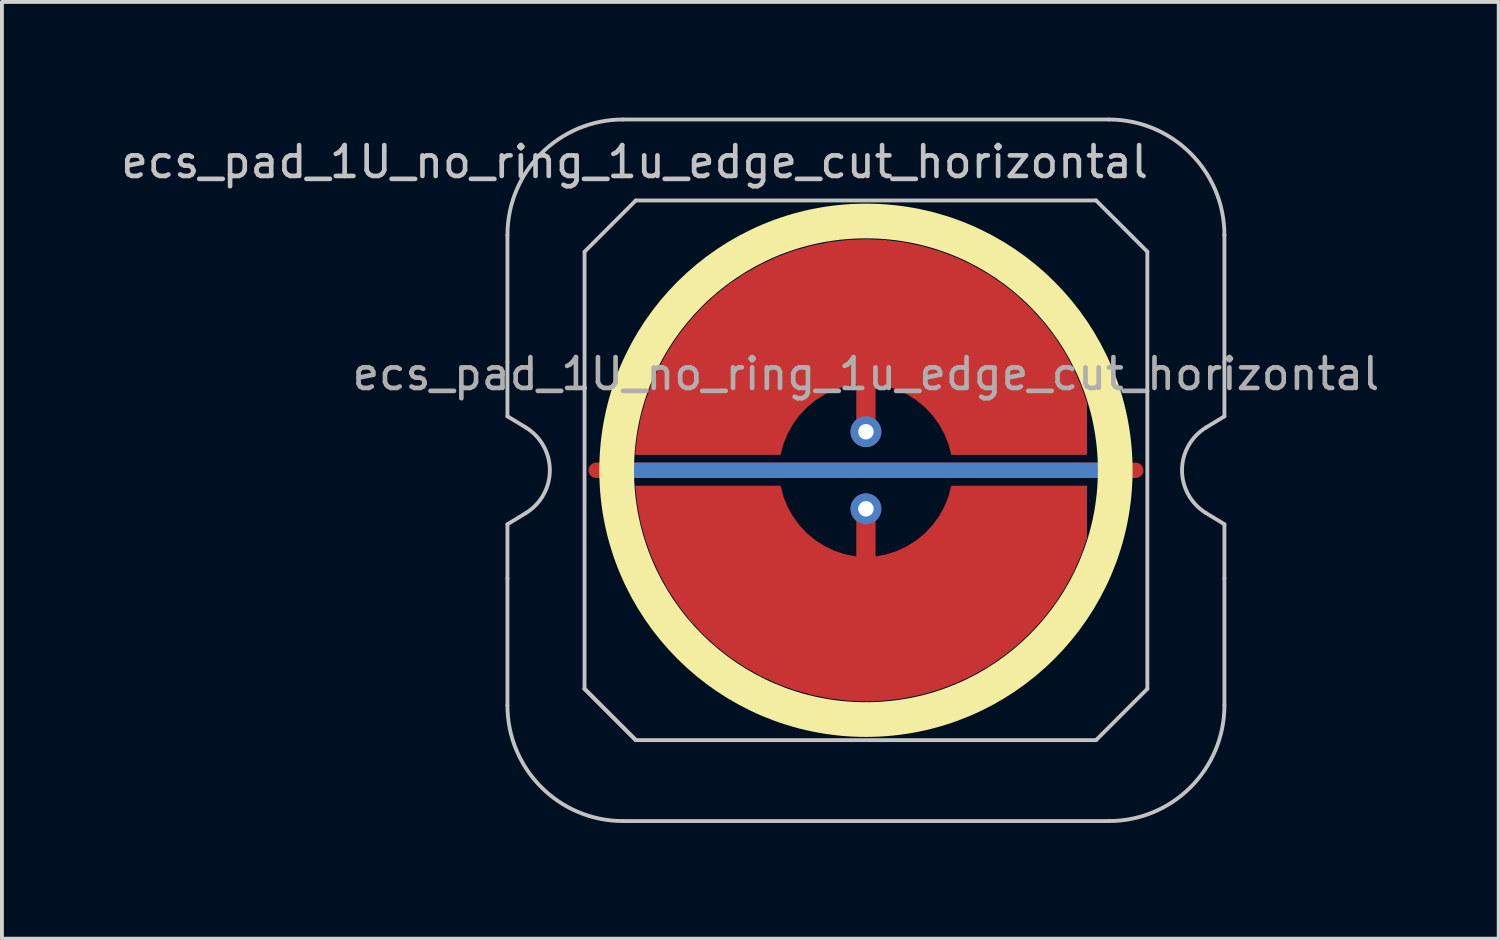
<source format=kicad_pcb>
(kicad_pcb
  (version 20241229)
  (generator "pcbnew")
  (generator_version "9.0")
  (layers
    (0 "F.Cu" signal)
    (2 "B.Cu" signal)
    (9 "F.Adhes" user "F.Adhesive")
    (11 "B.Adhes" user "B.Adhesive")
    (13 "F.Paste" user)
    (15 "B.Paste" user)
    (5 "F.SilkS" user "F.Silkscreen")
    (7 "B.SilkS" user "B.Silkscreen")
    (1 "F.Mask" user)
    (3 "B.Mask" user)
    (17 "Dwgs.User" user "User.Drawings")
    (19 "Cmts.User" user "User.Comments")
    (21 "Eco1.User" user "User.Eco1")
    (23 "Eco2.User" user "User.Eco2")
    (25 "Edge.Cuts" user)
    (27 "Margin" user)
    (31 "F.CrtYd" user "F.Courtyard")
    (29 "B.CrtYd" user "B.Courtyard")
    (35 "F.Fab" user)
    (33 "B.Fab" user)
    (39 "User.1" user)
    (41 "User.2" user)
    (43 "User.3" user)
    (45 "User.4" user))
  (footprint "ecs_pad_1U_no_ring_1u_edge_cut_horizontal"
    (layer "F.Cu")
    (at 19.414 9.15)
    (property "Reference" "ecs_pad_1U_no_ring_1u_edge_cut_horizontal" (at -6 -8 0) (layer "Dwgs.User") (effects (font (size 0.8 0.8) (thickness 0.12))))
    (attr smd)
    (fp_circle (center 0 0) (end 6.467 0) (stroke (width 0.9) (type solid)) (fill no) (layer "F.SilkS"))
    (fp_line (start -9.3 -2.805) (end -9.3 -6.1) (stroke (width 0.1) (type solid)) (layer "Dwgs.User"))
    (fp_line (start -9.3 -1.4) (end -9.3 -2.805) (stroke (width 0.1) (type solid)) (layer "Dwgs.User"))
    (fp_line (start -9.3 1.4) (end -8.824 1.111) (stroke (width 0.1) (type solid)) (layer "Dwgs.User"))
    (fp_line (start -9.3 2.805) (end -9.3 1.4) (stroke (width 0.1) (type solid)) (layer "Dwgs.User"))
    (fp_line (start -9.3 6.1) (end -9.3 2.805) (stroke (width 0.1) (type solid)) (layer "Dwgs.User"))
    (fp_line (start -8.824 -1.111) (end -9.3 -1.4) (stroke (width 0.1) (type solid)) (layer "Dwgs.User"))
    (fp_line (start -7.3 -5.67) (end -5.97 -7) (stroke (width 0.1) (type solid)) (layer "Dwgs.User"))
    (fp_line (start -7.3 5.67) (end -7.3 -5.67) (stroke (width 0.1) (type solid)) (layer "Dwgs.User"))
    (fp_line (start -7.3 5.67) (end -5.97 7) (stroke (width 0.1) (type solid)) (layer "Dwgs.User"))
    (fp_line (start -6.3 -9.1) (end 6.3 -9.1) (stroke (width 0.1) (type solid)) (layer "Dwgs.User"))
    (fp_line (start -5.97 -7) (end 5.97 -7) (stroke (width 0.1) (type solid)) (layer "Dwgs.User"))
    (fp_line (start -5.97 7) (end -7.3 5.67) (stroke (width 0.1) (type solid)) (layer "Dwgs.User"))
    (fp_line (start 5.97 -7) (end 7.3 -5.67) (stroke (width 0.1) (type solid)) (layer "Dwgs.User"))
    (fp_line (start 5.97 7) (end -5.97 7) (stroke (width 0.1) (type solid)) (layer "Dwgs.User"))
    (fp_line (start 6.3 9.1) (end -6.3 9.1) (stroke (width 0.1) (type solid)) (layer "Dwgs.User"))
    (fp_line (start 7.3 -5.67) (end 7.3 5.67) (stroke (width 0.1) (type solid)) (layer "Dwgs.User"))
    (fp_line (start 7.3 5.67) (end 5.97 7) (stroke (width 0.1) (type solid)) (layer "Dwgs.User"))
    (fp_line (start 8.824 1.111) (end 9.3 1.4) (stroke (width 0.1) (type solid)) (layer "Dwgs.User"))
    (fp_line (start 9.3 -6.1) (end 9.3 -2.805) (stroke (width 0.1) (type solid)) (layer "Dwgs.User"))
    (fp_line (start 9.3 -2.805) (end 9.3 -1.4) (stroke (width 0.1) (type solid)) (layer "Dwgs.User"))
    (fp_line (start 9.3 -1.4) (end 8.824 -1.111) (stroke (width 0.1) (type solid)) (layer "Dwgs.User"))
    (fp_line (start 9.3 1.4) (end 9.3 2.805) (stroke (width 0.1) (type solid)) (layer "Dwgs.User"))
    (fp_line (start 9.3 2.805) (end 9.3 6.1) (stroke (width 0.1) (type solid)) (layer "Dwgs.User"))
    (fp_arc (start -9.3 -6.1) (mid -8.42132 -8.22132) (end -6.3 -9.1) (stroke (width 0.1) (type solid)) (layer "Dwgs.User"))
    (fp_arc (start -8.824333 -1.110619) (mid -8.2 0) (end -8.824333 1.110619) (stroke (width 0.1) (type solid)) (layer "Dwgs.User"))
    (fp_arc (start -6.3 9.1) (mid -8.42132 8.22132) (end -9.3 6.1) (stroke (width 0.1) (type solid)) (layer "Dwgs.User"))
    (fp_arc (start 6.3 -9.1) (mid 8.42132 -8.22132) (end 9.3 -6.1) (stroke (width 0.1) (type solid)) (layer "Dwgs.User"))
    (fp_arc (start 8.824333 1.110619) (mid 8.2 0) (end 8.824333 -1.110619) (stroke (width 0.1) (type solid)) (layer "Dwgs.User"))
    (fp_arc (start 9.3 6.1) (mid 8.42132 8.22132) (end 6.3 9.1) (stroke (width 0.1) (type solid)) (layer "Dwgs.User"))
    (fp_text user "${REFERENCE}" (at 0 -2.5 0) (layer "F.Fab") (effects (font (size 0.8 0.8) (thickness 0.12))))
    (pad "1" smd custom (at 0 -1 270) (size 0.142 0.142) (layers "F.Cu") (options (anchor circle)) (primitives (gr_poly (pts (xy 0.323 -2.141) (xy 0.056 -2.034) (xy -0.194 -1.894) (xy -0.426 -1.725) (xy -0.635 -1.528) (xy -0.817 -1.307) (xy -0.971 -1.064) (xy -1.093 -0.805) (xy -1.182 -0.532) (xy -1.236 -0.25) (xy 0 -0.25) (xy 0.096 -0.231) (xy 0.177 -0.177) (xy 0.231 -0.096) (xy 0.25 0) (xy 0.231 0.096) (xy 0.177 0.177) (xy 0.096 0.231) (xy 0 0.25) (xy -1.236 0.25) (xy -1.182 0.532) (xy -1.093 0.805) (xy -0.971 1.064) (xy -0.817 1.307) (xy -0.635 1.528) (xy -0.426 1.725) (xy -0.194 1.894) (xy 0.056 2.034) (xy 0.323 2.141) (xy 0.6 2.214) (xy 0.6 5.986) (xy 0.127 5.935) (xy -0.341 5.847) (xy -0.8 5.722) (xy -1.248 5.561) (xy -1.681 5.365) (xy -2.098 5.135) (xy -2.495 4.873) (xy -2.87 4.581) (xy -3.221 4.259) (xy -3.545 3.911) (xy -3.841 3.538) (xy -4.106 3.143) (xy -4.339 2.728) (xy -4.538 2.296) (xy -4.703 1.849) (xy -4.831 1.391) (xy -4.923 0.924) (xy -4.978 0.452) (xy -4.995 -0.024) (xy -4.974 -0.499) (xy -4.916 -0.971) (xy -4.82 -1.437) (xy -4.688 -1.895) (xy -4.52 -2.34) (xy -4.317 -2.77) (xy -4.081 -3.183) (xy -3.813 -3.576) (xy -3.514 -3.947) (xy -3.187 -4.292) (xy -2.834 -4.611) (xy -2.456 -4.901) (xy -2.057 -5.16) (xy -1.639 -5.386) (xy -1.203 -5.579) (xy -0.754 -5.736) (xy 0.6 -5.736) (xy 0.6 -2.214)) (width 0) (fill yes))))
    (pad "1" thru_hole circle (at 0 -1 270) (size 0.8 0.8) (drill 0.4) (layers "*.Cu"))
    (pad "2" smd custom (at 0 1 270) (size 0.142 0.142) (layers "F.Cu") (options (anchor circle)) (primitives (gr_poly (pts (xy -0.323 -2.141) (xy -0.056 -2.034) (xy 0.194 -1.894) (xy 0.426 -1.725) (xy 0.635 -1.528) (xy 0.817 -1.307) (xy 0.971 -1.064) (xy 1.093 -0.805) (xy 1.182 -0.532) (xy 1.236 -0.25) (xy 0 -0.25) (xy -0.096 -0.231) (xy -0.177 -0.177) (xy -0.231 -0.096) (xy -0.25 0) (xy -0.231 0.096) (xy -0.177 0.177) (xy -0.096 0.231) (xy 0 0.25) (xy 1.236 0.25) (xy 1.182 0.532) (xy 1.093 0.805) (xy 0.971 1.064) (xy 0.817 1.307) (xy 0.635 1.528) (xy 0.426 1.725) (xy 0.194 1.894) (xy -0.056 2.034) (xy -0.323 2.141) (xy -0.6 2.214) (xy -0.6 5.986) (xy -0.127 5.935) (xy 0.341 5.847) (xy 0.8 5.722) (xy 1.248 5.561) (xy 1.681 5.365) (xy 2.098 5.135) (xy 2.495 4.873) (xy 2.87 4.581) (xy 3.221 4.259) (xy 3.545 3.911) (xy 3.841 3.538) (xy 4.106 3.143) (xy 4.339 2.728) (xy 4.538 2.296) (xy 4.703 1.849) (xy 4.831 1.391) (xy 4.923 0.924) (xy 4.978 0.452) (xy 4.995 -0.024) (xy 4.974 -0.499) (xy 4.916 -0.971) (xy 4.82 -1.437) (xy 4.688 -1.895) (xy 4.52 -2.34) (xy 4.317 -2.77) (xy 4.081 -3.183) (xy 3.813 -3.576) (xy 3.514 -3.947) (xy 3.187 -4.292) (xy 2.834 -4.611) (xy 2.456 -4.901) (xy 2.057 -5.16) (xy 1.639 -5.386) (xy 1.203 -5.579) (xy 0.754 -5.736) (xy -0.6 -5.736) (xy -0.6 -2.214)) (width 0) (fill yes))))
    (pad "2" thru_hole circle (at 0 1 270) (size 0.8 0.8) (drill 0.4) (layers "*.Cu"))
    (pad "3" smd custom (at 0 0 270) (size 0.4 0.4) (layers "F.Cu") (options (anchor rect)) (primitives (gr_line (start 0 -7) (end 0 7) (width 0.4))))
    (pad "3" smd custom (at 0 0 270) (size 0.4 0.4) (layers "B.Cu") (options (anchor rect)) (primitives (gr_line (start 0 -6.5) (end 0 6.5) (width 0.4))))
    (zone (net_name "") (layer "F.Cu") (hatch edge 0.508) (connect_pads) (min_thickness 0.254) (filled_areas_thickness no) (keepout (tracks allowed) (vias allowed) (pads allowed) (copperpour not_allowed) (footprints allowed)) (placement (enabled no)) (fill) (polygon (pts (xy 26.419 9.15) (xy 26.4 8.637) (xy 26.344 8.127) (xy 26.25 7.622) (xy 26.12 7.125) (xy 25.954 6.64) (xy 25.753 6.167) (xy 25.517 5.711) (xy 25.249 5.274) (xy 24.949 4.857) (xy 24.62 4.463) (xy 24.263 4.094) (xy 23.879 3.753) (xy 23.472 3.44) (xy 23.043 3.158) (xy 22.594 2.909) (xy 22.129 2.692) (xy 21.649 2.511) (xy 21.156 2.365) (xy 20.655 2.256) (xy 20.147 2.183) (xy 19.634 2.149) (xy 19.121 2.151) (xy 18.609 2.192) (xy 18.102 2.269) (xy 17.601 2.384) (xy 17.111 2.535) (xy 16.632 2.721) (xy 16.169 2.942) (xy 15.723 3.197) (xy 15.297 3.483) (xy 14.893 3.8) (xy 14.513 4.145) (xy 14.16 4.518) (xy 13.835 4.915) (xy 13.539 5.335) (xy 13.276 5.775) (xy 13.045 6.234) (xy 12.849 6.708) (xy 12.688 7.196) (xy 12.562 7.694) (xy 12.474 8.199) (xy 12.423 8.71) (xy 12.41 9.223) (xy 12.434 9.736) (xy 12.496 10.246) (xy 12.594 10.75) (xy 12.73 11.245) (xy 12.901 11.729) (xy 13.108 12.199) (xy 13.348 12.652) (xy 13.621 13.087) (xy 13.925 13.501) (xy 14.258 13.891) (xy 14.619 14.256) (xy 15.006 14.594) (xy 15.416 14.902) (xy 15.849 15.179) (xy 16.3 15.424) (xy 16.768 15.636) (xy 17.25 15.812) (xy 17.743 15.953) (xy 18.246 16.057) (xy 18.755 16.124) (xy 19.268 16.153) (xy 19.781 16.145) (xy 20.292 16.1) (xy 20.799 16.017) (xy 21.298 15.897) (xy 21.787 15.741) (xy 22.263 15.549) (xy 22.724 15.323) (xy 23.168 15.064) (xy 23.591 14.774) (xy 23.991 14.453) (xy 24.368 14.103) (xy 24.717 13.727) (xy 25.038 13.326) (xy 25.329 12.903) (xy 25.588 12.46) (xy 25.814 11.999) (xy 26.005 11.523) (xy 26.161 11.034) (xy 26.281 10.535) (xy 26.364 10.028) (xy 26.41 9.517))))
    (zone (net_name "") (layer "B.Cu") (hatch edge 0.508) (connect_pads) (min_thickness 0.254) (filled_areas_thickness no) (keepout (tracks allowed) (vias allowed) (pads allowed) (copperpour not_allowed) (footprints allowed)) (placement (enabled no)) (fill) (polygon (pts (xy 25.973 9.15) (xy 25.952 8.635) (xy 25.892 8.124) (xy 25.791 7.619) (xy 25.652 7.123) (xy 25.473 6.64) (xy 25.258 6.173) (xy 25.006 5.723) (xy 24.72 5.295) (xy 24.401 4.891) (xy 24.052 4.513) (xy 23.674 4.163) (xy 23.269 3.844) (xy 22.841 3.558) (xy 22.392 3.307) (xy 21.924 3.091) (xy 21.441 2.913) (xy 20.945 2.773) (xy 20.44 2.672) (xy 19.929 2.612) (xy 19.414 2.592) (xy 18.9 2.612) (xy 18.388 2.672) (xy 17.883 2.773) (xy 17.388 2.913) (xy 16.905 3.091) (xy 16.437 3.307) (xy 15.988 3.558) (xy 15.559 3.844) (xy 15.155 4.163) (xy 14.777 4.513) (xy 14.427 4.891) (xy 14.109 5.295) (xy 13.822 5.723) (xy 13.571 6.173) (xy 13.355 6.64) (xy 13.177 7.123) (xy 13.037 7.619) (xy 12.937 8.124) (xy 12.876 8.635) (xy 12.856 9.15) (xy 12.876 9.665) (xy 12.937 10.176) (xy 13.037 10.681) (xy 13.177 11.177) (xy 13.355 11.66) (xy 13.571 12.127) (xy 13.822 12.577) (xy 14.109 13.005) (xy 14.427 13.409) (xy 14.777 13.787) (xy 15.155 14.137) (xy 15.559 14.456) (xy 15.988 14.742) (xy 16.437 14.993) (xy 16.905 15.209) (xy 17.388 15.387) (xy 17.883 15.527) (xy 18.388 15.628) (xy 18.9 15.688) (xy 19.414 15.708) (xy 19.929 15.688) (xy 20.44 15.628) (xy 20.945 15.527) (xy 21.441 15.387) (xy 21.924 15.209) (xy 22.392 14.993) (xy 22.841 14.742) (xy 23.269 14.456) (xy 23.674 14.137) (xy 24.052 13.787) (xy 24.401 13.409) (xy 24.72 13.005) (xy 25.006 12.577) (xy 25.258 12.127) (xy 25.473 11.66) (xy 25.652 11.177) (xy 25.791 10.681) (xy 25.892 10.176) (xy 25.952 9.665)))))
  (gr_rect
    (start -3 -3)
    (end 35.829 21.3)
    (stroke (width 0.1) (type default))
    (fill no)
    (layer "Edge.Cuts")))
</source>
